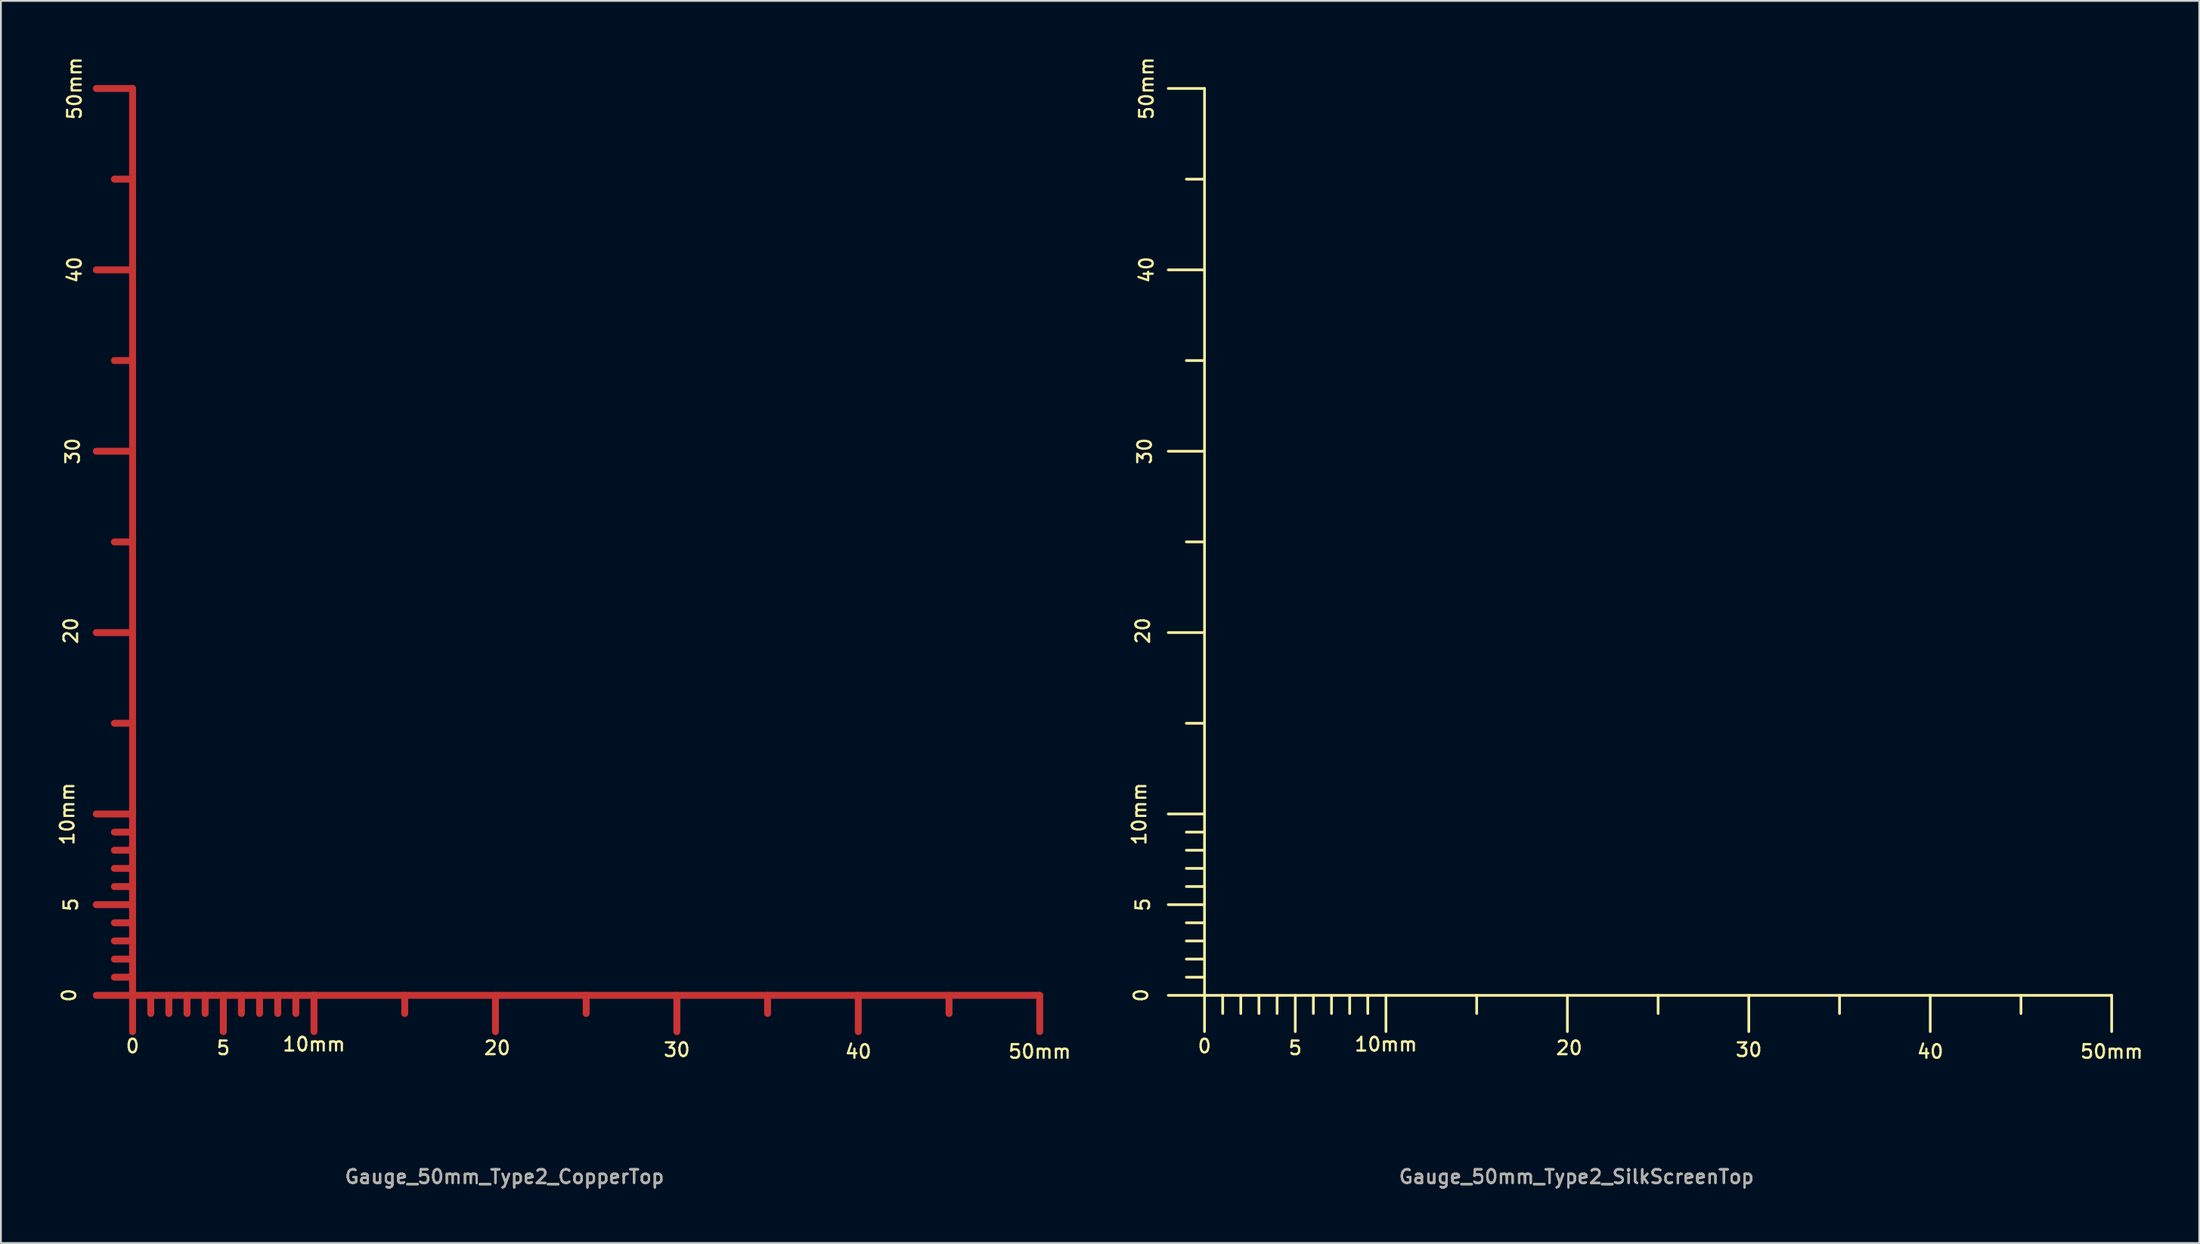
<source format=kicad_pcb>
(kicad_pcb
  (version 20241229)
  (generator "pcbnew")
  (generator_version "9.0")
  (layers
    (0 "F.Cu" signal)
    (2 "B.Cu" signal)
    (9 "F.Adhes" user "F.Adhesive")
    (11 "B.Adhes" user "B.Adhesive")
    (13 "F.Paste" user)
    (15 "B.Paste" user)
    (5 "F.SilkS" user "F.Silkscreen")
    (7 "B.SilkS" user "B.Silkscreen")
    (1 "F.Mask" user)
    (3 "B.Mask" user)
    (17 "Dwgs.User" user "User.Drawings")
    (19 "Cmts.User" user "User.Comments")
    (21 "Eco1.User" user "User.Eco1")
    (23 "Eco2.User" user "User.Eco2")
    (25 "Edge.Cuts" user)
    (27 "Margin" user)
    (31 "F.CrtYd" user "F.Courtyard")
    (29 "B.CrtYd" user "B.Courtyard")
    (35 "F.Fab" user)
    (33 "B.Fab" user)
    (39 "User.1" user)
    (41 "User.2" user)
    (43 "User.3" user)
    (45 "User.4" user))
  (footprint "Gauge_50mm_Type2_CopperTop"
    (layer "F.Cu")
    (at 4.257 51.829)
    (property "Reference" "Gauge_50mm_Type2_CopperTop" (at 20.5 10 0) (layer "F.SilkS") (effects (font (size 0.75 0.75) (thickness 0.125))))
    (attr exclude_from_pos_files exclude_from_bom)
    (fp_line (start 0 -50) (end -1.999 -50) (stroke (width 0.381) (type solid)) (layer "F.Cu"))
    (fp_line (start 0 -45.001) (end -1.001 -45.001) (stroke (width 0.381) (type solid)) (layer "F.Cu"))
    (fp_line (start 0 -40) (end -1.999 -40) (stroke (width 0.381) (type solid)) (layer "F.Cu"))
    (fp_line (start 0 -35.001) (end -1.001 -35.001) (stroke (width 0.381) (type solid)) (layer "F.Cu"))
    (fp_line (start 0 -30) (end -1.999 -30) (stroke (width 0.381) (type solid)) (layer "F.Cu"))
    (fp_line (start 0 -25.001) (end -1.001 -25.001) (stroke (width 0.381) (type solid)) (layer "F.Cu"))
    (fp_line (start 0 -20) (end -1.999 -20) (stroke (width 0.381) (type solid)) (layer "F.Cu"))
    (fp_line (start 0 -15.001) (end -1.001 -15.001) (stroke (width 0.381) (type solid)) (layer "F.Cu"))
    (fp_line (start 0 -10) (end -1.999 -10) (stroke (width 0.381) (type solid)) (layer "F.Cu"))
    (fp_line (start 0 -8.999) (end -1.001 -8.999) (stroke (width 0.381) (type solid)) (layer "F.Cu"))
    (fp_line (start 0 -8.001) (end -1.001 -8.001) (stroke (width 0.381) (type solid)) (layer "F.Cu"))
    (fp_line (start 0 -7) (end -1.001 -7) (stroke (width 0.381) (type solid)) (layer "F.Cu"))
    (fp_line (start 0 -5.999) (end -1.001 -5.999) (stroke (width 0.381) (type solid)) (layer "F.Cu"))
    (fp_line (start 0 -5.001) (end -1.999 -5.001) (stroke (width 0.381) (type solid)) (layer "F.Cu"))
    (fp_line (start 0 -4) (end -1.001 -4) (stroke (width 0.381) (type solid)) (layer "F.Cu"))
    (fp_line (start 0 -3) (end -1.001 -3) (stroke (width 0.381) (type solid)) (layer "F.Cu"))
    (fp_line (start 0 -1.999) (end -1.001 -1.999) (stroke (width 0.381) (type solid)) (layer "F.Cu"))
    (fp_line (start 0 -1.001) (end -1.001 -1.001) (stroke (width 0.381) (type solid)) (layer "F.Cu"))
    (fp_line (start 0 0) (end -1.999 0) (stroke (width 0.381) (type solid)) (layer "F.Cu"))
    (fp_line (start 0 0) (end 0 -50) (stroke (width 0.381) (type solid)) (layer "F.Cu"))
    (fp_line (start 0 0) (end 0 1.999) (stroke (width 0.381) (type solid)) (layer "F.Cu"))
    (fp_line (start 0 0) (end 10 0) (stroke (width 0.381) (type solid)) (layer "F.Cu"))
    (fp_line (start 1.001 0) (end 1.001 1.001) (stroke (width 0.381) (type solid)) (layer "F.Cu"))
    (fp_line (start 1.999 0) (end 1.999 1.001) (stroke (width 0.381) (type solid)) (layer "F.Cu"))
    (fp_line (start 3 0) (end 3 1.001) (stroke (width 0.381) (type solid)) (layer "F.Cu"))
    (fp_line (start 4 0) (end 4 1.001) (stroke (width 0.381) (type solid)) (layer "F.Cu"))
    (fp_line (start 5.001 0) (end 5.001 1.999) (stroke (width 0.381) (type solid)) (layer "F.Cu"))
    (fp_line (start 5.999 0) (end 5.999 1.001) (stroke (width 0.381) (type solid)) (layer "F.Cu"))
    (fp_line (start 7 0) (end 7 1.001) (stroke (width 0.381) (type solid)) (layer "F.Cu"))
    (fp_line (start 8.001 0) (end 8.001 1.001) (stroke (width 0.381) (type solid)) (layer "F.Cu"))
    (fp_line (start 8.999 0) (end 8.999 1.001) (stroke (width 0.381) (type solid)) (layer "F.Cu"))
    (fp_line (start 10 0) (end 10 1.999) (stroke (width 0.381) (type solid)) (layer "F.Cu"))
    (fp_line (start 10 0) (end 50 0) (stroke (width 0.381) (type solid)) (layer "F.Cu"))
    (fp_line (start 15.001 0) (end 15.001 1.001) (stroke (width 0.381) (type solid)) (layer "F.Cu"))
    (fp_line (start 20 0) (end 20 1.999) (stroke (width 0.381) (type solid)) (layer "F.Cu"))
    (fp_line (start 25.001 0) (end 25.001 1.001) (stroke (width 0.381) (type solid)) (layer "F.Cu"))
    (fp_line (start 30 0) (end 30 1.999) (stroke (width 0.381) (type solid)) (layer "F.Cu"))
    (fp_line (start 35.001 0) (end 35.001 1.001) (stroke (width 0.381) (type solid)) (layer "F.Cu"))
    (fp_line (start 40 0) (end 40 1.999) (stroke (width 0.381) (type solid)) (layer "F.Cu"))
    (fp_line (start 45.001 0) (end 45.001 1.001) (stroke (width 0.381) (type solid)) (layer "F.Cu"))
    (fp_line (start 50 0) (end 50 1.999) (stroke (width 0.381) (type solid)) (layer "F.Cu"))
    (fp_text user "0" (at 0 2.799 0) (layer "F.SilkS") (effects (font (size 0.75 0.75) (thickness 0.125))))
    (fp_text user "30" (at 30 3 0) (layer "F.SilkS") (effects (font (size 0.75 0.75) (thickness 0.125))))
    (fp_text user "10mm" (at -3.599 -10.003 90) (layer "F.SilkS") (effects (font (size 0.75 0.75) (thickness 0.125))))
    (fp_text user "30" (at -3.299 -30.002 90) (layer "F.SilkS") (effects (font (size 0.75 0.75) (thickness 0.125))))
    (fp_text user "20" (at 20.099 2.901 0) (layer "F.SilkS") (effects (font (size 0.75 0.75) (thickness 0.125))))
    (fp_text user "5" (at 4.999 2.901 0) (layer "F.SilkS") (effects (font (size 0.75 0.75) (thickness 0.125))))
    (fp_text user "5" (at -3.399 -5.001 90) (layer "F.SilkS") (effects (font (size 0.75 0.75) (thickness 0.125))))
    (fp_text user "20" (at -3.399 -20.102 90) (layer "F.SilkS") (effects (font (size 0.75 0.75) (thickness 0.125))))
    (fp_text user "0" (at -3.5 -0.003 90) (layer "F.SilkS") (effects (font (size 0.75 0.75) (thickness 0.125))))
    (fp_text user "50mm" (at -3.198 -50.002 90) (layer "F.SilkS") (effects (font (size 0.75 0.75) (thickness 0.125))))
    (fp_text user "40" (at 40 3.101 0) (layer "F.SilkS") (effects (font (size 0.75 0.75) (thickness 0.125))))
    (fp_text user "10mm" (at 10 2.7 0) (layer "F.SilkS") (effects (font (size 0.75 0.75) (thickness 0.125))))
    (fp_text user "50mm" (at 50 3.101 0) (layer "F.SilkS") (effects (font (size 0.75 0.75) (thickness 0.125))))
    (fp_text user "40" (at -3.198 -40.002 90) (layer "F.SilkS") (effects (font (size 0.75 0.75) (thickness 0.125))))
    (fp_text user "${REFERENCE}" (at 20.5 10 0) (layer "F.Fab") (effects (font (size 0.75 0.75) (thickness 0.125)))))
  (footprint "Gauge_50mm_Type2_SilkScreenTop"
    (layer "F.Cu")
    (at 63.341 51.829)
    (property "Reference" "Gauge_50mm_Type2_SilkScreenTop" (at 20.5 10 0) (layer "F.SilkS") (effects (font (size 0.75 0.75) (thickness 0.125))))
    (attr exclude_from_pos_files exclude_from_bom)
    (fp_line (start 0 -50) (end -1.999 -50) (stroke (width 0.15) (type solid)) (layer "F.SilkS"))
    (fp_line (start 0 -45.001) (end -1.001 -45.001) (stroke (width 0.15) (type solid)) (layer "F.SilkS"))
    (fp_line (start 0 -40) (end -1.999 -40) (stroke (width 0.15) (type solid)) (layer "F.SilkS"))
    (fp_line (start 0 -35.001) (end -1.001 -35.001) (stroke (width 0.15) (type solid)) (layer "F.SilkS"))
    (fp_line (start 0 -30) (end -1.999 -30) (stroke (width 0.15) (type solid)) (layer "F.SilkS"))
    (fp_line (start 0 -25.001) (end -1.001 -25.001) (stroke (width 0.15) (type solid)) (layer "F.SilkS"))
    (fp_line (start 0 -20) (end -1.999 -20) (stroke (width 0.15) (type solid)) (layer "F.SilkS"))
    (fp_line (start 0 -15.001) (end -1.001 -15.001) (stroke (width 0.15) (type solid)) (layer "F.SilkS"))
    (fp_line (start 0 -10) (end -1.999 -10) (stroke (width 0.15) (type solid)) (layer "F.SilkS"))
    (fp_line (start 0 -8.999) (end -1.001 -8.999) (stroke (width 0.15) (type solid)) (layer "F.SilkS"))
    (fp_line (start 0 -8.001) (end -1.001 -8.001) (stroke (width 0.15) (type solid)) (layer "F.SilkS"))
    (fp_line (start 0 -7) (end -1.001 -7) (stroke (width 0.15) (type solid)) (layer "F.SilkS"))
    (fp_line (start 0 -5.999) (end -1.001 -5.999) (stroke (width 0.15) (type solid)) (layer "F.SilkS"))
    (fp_line (start 0 -5.001) (end -1.999 -5.001) (stroke (width 0.15) (type solid)) (layer "F.SilkS"))
    (fp_line (start 0 -4) (end -1.001 -4) (stroke (width 0.15) (type solid)) (layer "F.SilkS"))
    (fp_line (start 0 -3) (end -1.001 -3) (stroke (width 0.15) (type solid)) (layer "F.SilkS"))
    (fp_line (start 0 -1.999) (end -1.001 -1.999) (stroke (width 0.15) (type solid)) (layer "F.SilkS"))
    (fp_line (start 0 -1.001) (end -1.001 -1.001) (stroke (width 0.15) (type solid)) (layer "F.SilkS"))
    (fp_line (start 0 0) (end -1.999 0) (stroke (width 0.15) (type solid)) (layer "F.SilkS"))
    (fp_line (start 0 0) (end 0 -50) (stroke (width 0.15) (type solid)) (layer "F.SilkS"))
    (fp_line (start 0 0) (end 0 1.999) (stroke (width 0.15) (type solid)) (layer "F.SilkS"))
    (fp_line (start 0 0) (end 10 0) (stroke (width 0.15) (type solid)) (layer "F.SilkS"))
    (fp_line (start 1.001 0) (end 1.001 1.001) (stroke (width 0.15) (type solid)) (layer "F.SilkS"))
    (fp_line (start 1.999 0) (end 1.999 1.001) (stroke (width 0.15) (type solid)) (layer "F.SilkS"))
    (fp_line (start 3 0) (end 3 1.001) (stroke (width 0.15) (type solid)) (layer "F.SilkS"))
    (fp_line (start 4 0) (end 4 1.001) (stroke (width 0.15) (type solid)) (layer "F.SilkS"))
    (fp_line (start 5.001 0) (end 5.001 1.999) (stroke (width 0.15) (type solid)) (layer "F.SilkS"))
    (fp_line (start 5.999 0) (end 5.999 1.001) (stroke (width 0.15) (type solid)) (layer "F.SilkS"))
    (fp_line (start 7 0) (end 7 1.001) (stroke (width 0.15) (type solid)) (layer "F.SilkS"))
    (fp_line (start 8.001 0) (end 8.001 1.001) (stroke (width 0.15) (type solid)) (layer "F.SilkS"))
    (fp_line (start 8.999 0) (end 8.999 1.001) (stroke (width 0.15) (type solid)) (layer "F.SilkS"))
    (fp_line (start 10 0) (end 10 1.999) (stroke (width 0.15) (type solid)) (layer "F.SilkS"))
    (fp_line (start 10 0) (end 50 0) (stroke (width 0.15) (type solid)) (layer "F.SilkS"))
    (fp_line (start 15.001 0) (end 15.001 1.001) (stroke (width 0.15) (type solid)) (layer "F.SilkS"))
    (fp_line (start 20 0) (end 20 1.999) (stroke (width 0.15) (type solid)) (layer "F.SilkS"))
    (fp_line (start 25.001 0) (end 25.001 1.001) (stroke (width 0.15) (type solid)) (layer "F.SilkS"))
    (fp_line (start 30 0) (end 30 1.999) (stroke (width 0.15) (type solid)) (layer "F.SilkS"))
    (fp_line (start 35.001 0) (end 35.001 1.001) (stroke (width 0.15) (type solid)) (layer "F.SilkS"))
    (fp_line (start 40 0) (end 40 1.999) (stroke (width 0.15) (type solid)) (layer "F.SilkS"))
    (fp_line (start 45.001 0) (end 45.001 1.001) (stroke (width 0.15) (type solid)) (layer "F.SilkS"))
    (fp_line (start 50 0) (end 50 1.999) (stroke (width 0.15) (type solid)) (layer "F.SilkS"))
    (fp_text user "10mm" (at 10 2.7 0) (layer "F.SilkS") (effects (font (size 0.75 0.75) (thickness 0.125))))
    (fp_text user "0" (at 0 2.799 0) (layer "F.SilkS") (effects (font (size 0.75 0.75) (thickness 0.125))))
    (fp_text user "20" (at -3.399 -20.102 90) (layer "F.SilkS") (effects (font (size 0.75 0.75) (thickness 0.125))))
    (fp_text user "50mm" (at -3.198 -50.002 90) (layer "F.SilkS") (effects (font (size 0.75 0.75) (thickness 0.125))))
    (fp_text user "10mm" (at -3.599 -10.003 90) (layer "F.SilkS") (effects (font (size 0.75 0.75) (thickness 0.125))))
    (fp_text user "5" (at 4.999 2.901 0) (layer "F.SilkS") (effects (font (size 0.75 0.75) (thickness 0.125))))
    (fp_text user "30" (at -3.299 -30.002 90) (layer "F.SilkS") (effects (font (size 0.75 0.75) (thickness 0.125))))
    (fp_text user "40" (at 40 3.101 0) (layer "F.SilkS") (effects (font (size 0.75 0.75) (thickness 0.125))))
    (fp_text user "40" (at -3.198 -40.002 90) (layer "F.SilkS") (effects (font (size 0.75 0.75) (thickness 0.125))))
    (fp_text user "0" (at -3.5 -0.003 90) (layer "F.SilkS") (effects (font (size 0.75 0.75) (thickness 0.125))))
    (fp_text user "50mm" (at 50 3.101 0) (layer "F.SilkS") (effects (font (size 0.75 0.75) (thickness 0.125))))
    (fp_text user "30" (at 30 3 0) (layer "F.SilkS") (effects (font (size 0.75 0.75) (thickness 0.125))))
    (fp_text user "20" (at 20.099 2.901 0) (layer "F.SilkS") (effects (font (size 0.75 0.75) (thickness 0.125))))
    (fp_text user "5" (at -3.399 -5.001 90) (layer "F.SilkS") (effects (font (size 0.75 0.75) (thickness 0.125))))
    (fp_text user "${REFERENCE}" (at 20.5 10 0) (layer "F.Fab") (effects (font (size 0.75 0.75) (thickness 0.125)))))
  (gr_rect
    (start -3 -3)
    (end 118.168 65.487)
    (stroke (width 0.1) (type default))
    (fill no)
    (layer "Edge.Cuts")))
</source>
